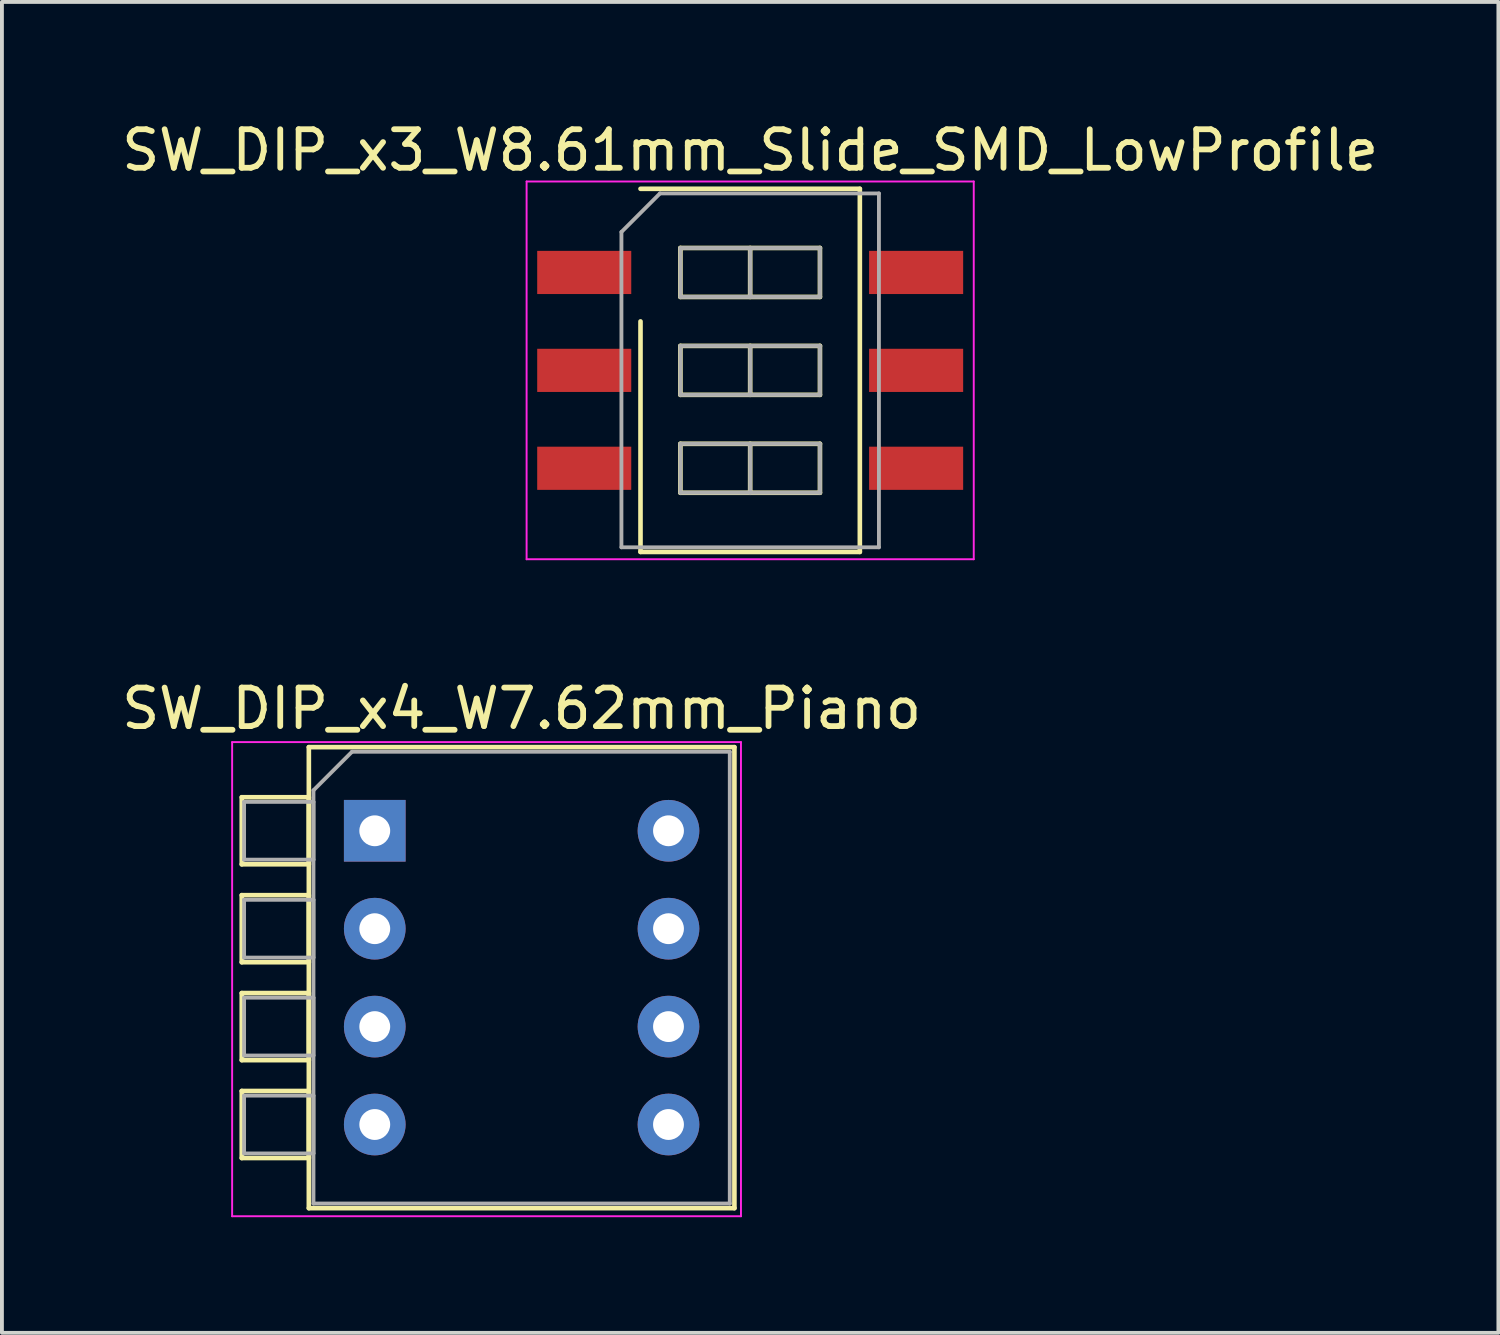
<source format=kicad_pcb>
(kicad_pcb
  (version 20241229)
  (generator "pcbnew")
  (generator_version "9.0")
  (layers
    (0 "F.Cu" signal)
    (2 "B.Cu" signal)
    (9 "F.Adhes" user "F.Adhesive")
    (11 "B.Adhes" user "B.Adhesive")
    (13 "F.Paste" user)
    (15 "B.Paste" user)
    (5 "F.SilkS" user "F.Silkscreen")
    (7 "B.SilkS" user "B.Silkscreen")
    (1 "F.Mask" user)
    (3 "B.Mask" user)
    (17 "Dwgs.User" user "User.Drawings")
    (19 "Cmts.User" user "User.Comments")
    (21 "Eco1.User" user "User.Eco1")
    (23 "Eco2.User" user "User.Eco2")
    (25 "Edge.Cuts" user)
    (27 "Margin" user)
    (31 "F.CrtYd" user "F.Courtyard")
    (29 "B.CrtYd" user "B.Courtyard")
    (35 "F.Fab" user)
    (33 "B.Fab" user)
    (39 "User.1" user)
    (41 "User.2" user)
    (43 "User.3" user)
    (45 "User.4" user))
  (footprint "SW_DIP_x3_W8.61mm_Slide_SMD_LowProfile"
    (layer "F.Cu")
    (at 16.411 6.558)
    (property "Reference" "SW_DIP_x3_W8.61mm_Slide_SMD_LowProfile" (at 0 -5.71 0) (layer "F.SilkS") (effects (font (size 1 1) (thickness 0.15))))
    (attr smd)
    (fp_line (start -2.845 -4.71) (end 2.845 -4.71) (stroke (width 0.12) (type solid)) (layer "F.SilkS"))
    (fp_line (start -2.845 4.71) (end -2.845 -1.27) (stroke (width 0.12) (type solid)) (layer "F.SilkS"))
    (fp_line (start -1.81 -3.175) (end -1.81 -1.905) (stroke (width 0.12) (type solid)) (layer "F.SilkS"))
    (fp_line (start -1.81 -1.905) (end 1.81 -1.905) (stroke (width 0.12) (type solid)) (layer "F.SilkS"))
    (fp_line (start -1.81 -0.635) (end -1.81 0.635) (stroke (width 0.12) (type solid)) (layer "F.SilkS"))
    (fp_line (start -1.81 0.635) (end 1.81 0.635) (stroke (width 0.12) (type solid)) (layer "F.SilkS"))
    (fp_line (start -1.81 1.905) (end -1.81 3.175) (stroke (width 0.12) (type solid)) (layer "F.SilkS"))
    (fp_line (start -1.81 3.175) (end 1.81 3.175) (stroke (width 0.12) (type solid)) (layer "F.SilkS"))
    (fp_line (start 0 -3.175) (end 0 -1.905) (stroke (width 0.12) (type solid)) (layer "F.SilkS"))
    (fp_line (start 0 -0.635) (end 0 0.635) (stroke (width 0.12) (type solid)) (layer "F.SilkS"))
    (fp_line (start 0 1.905) (end 0 3.175) (stroke (width 0.12) (type solid)) (layer "F.SilkS"))
    (fp_line (start 1.81 -3.175) (end -1.81 -3.175) (stroke (width 0.12) (type solid)) (layer "F.SilkS"))
    (fp_line (start 1.81 -1.905) (end 1.81 -3.175) (stroke (width 0.12) (type solid)) (layer "F.SilkS"))
    (fp_line (start 1.81 -0.635) (end -1.81 -0.635) (stroke (width 0.12) (type solid)) (layer "F.SilkS"))
    (fp_line (start 1.81 0.635) (end 1.81 -0.635) (stroke (width 0.12) (type solid)) (layer "F.SilkS"))
    (fp_line (start 1.81 1.905) (end -1.81 1.905) (stroke (width 0.12) (type solid)) (layer "F.SilkS"))
    (fp_line (start 1.81 3.175) (end 1.81 1.905) (stroke (width 0.12) (type solid)) (layer "F.SilkS"))
    (fp_line (start 2.845 -4.71) (end 2.845 4.71) (stroke (width 0.12) (type solid)) (layer "F.SilkS"))
    (fp_line (start 2.845 4.71) (end -2.845 4.71) (stroke (width 0.12) (type solid)) (layer "F.SilkS"))
    (fp_line (start -5.8 -4.9) (end -5.8 4.9) (stroke (width 0.05) (type solid)) (layer "F.CrtYd"))
    (fp_line (start -5.8 4.9) (end 5.8 4.9) (stroke (width 0.05) (type solid)) (layer "F.CrtYd"))
    (fp_line (start 5.8 -4.9) (end -5.8 -4.9) (stroke (width 0.05) (type solid)) (layer "F.CrtYd"))
    (fp_line (start 5.8 4.9) (end 5.8 -4.9) (stroke (width 0.05) (type solid)) (layer "F.CrtYd"))
    (fp_line (start -3.34 -3.59) (end -2.34 -4.59) (stroke (width 0.1) (type solid)) (layer "F.Fab"))
    (fp_line (start -3.34 4.59) (end -3.34 -3.59) (stroke (width 0.1) (type solid)) (layer "F.Fab"))
    (fp_line (start -2.34 -4.59) (end 3.34 -4.59) (stroke (width 0.1) (type solid)) (layer "F.Fab"))
    (fp_line (start -1.81 -3.175) (end -1.81 -1.905) (stroke (width 0.1) (type solid)) (layer "F.Fab"))
    (fp_line (start -1.81 -1.905) (end 1.81 -1.905) (stroke (width 0.1) (type solid)) (layer "F.Fab"))
    (fp_line (start -1.81 -0.635) (end -1.81 0.635) (stroke (width 0.1) (type solid)) (layer "F.Fab"))
    (fp_line (start -1.81 0.635) (end 1.81 0.635) (stroke (width 0.1) (type solid)) (layer "F.Fab"))
    (fp_line (start -1.81 1.905) (end -1.81 3.175) (stroke (width 0.1) (type solid)) (layer "F.Fab"))
    (fp_line (start -1.81 3.175) (end 1.81 3.175) (stroke (width 0.1) (type solid)) (layer "F.Fab"))
    (fp_line (start 0 -3.175) (end 0 -1.905) (stroke (width 0.1) (type solid)) (layer "F.Fab"))
    (fp_line (start 0 -0.635) (end 0 0.635) (stroke (width 0.1) (type solid)) (layer "F.Fab"))
    (fp_line (start 0 1.905) (end 0 3.175) (stroke (width 0.1) (type solid)) (layer "F.Fab"))
    (fp_line (start 1.81 -3.175) (end -1.81 -3.175) (stroke (width 0.1) (type solid)) (layer "F.Fab"))
    (fp_line (start 1.81 -1.905) (end 1.81 -3.175) (stroke (width 0.1) (type solid)) (layer "F.Fab"))
    (fp_line (start 1.81 -0.635) (end -1.81 -0.635) (stroke (width 0.1) (type solid)) (layer "F.Fab"))
    (fp_line (start 1.81 0.635) (end 1.81 -0.635) (stroke (width 0.1) (type solid)) (layer "F.Fab"))
    (fp_line (start 1.81 1.905) (end -1.81 1.905) (stroke (width 0.1) (type solid)) (layer "F.Fab"))
    (fp_line (start 1.81 3.175) (end 1.81 1.905) (stroke (width 0.1) (type solid)) (layer "F.Fab"))
    (fp_line (start 3.34 -4.59) (end 3.34 4.59) (stroke (width 0.1) (type solid)) (layer "F.Fab"))
    (fp_line (start 3.34 4.59) (end -3.34 4.59) (stroke (width 0.1) (type solid)) (layer "F.Fab"))
    (pad "1" smd rect (at -4.305 -2.54) (size 2.44 1.12) (layers "F.Cu" "F.Mask"))
    (pad "2" smd rect (at -4.305 0) (size 2.44 1.12) (layers "F.Cu" "F.Mask"))
    (pad "3" smd rect (at -4.305 2.54) (size 2.44 1.12) (layers "F.Cu" "F.Mask"))
    (pad "4" smd rect (at 4.305 2.54) (size 2.44 1.12) (layers "F.Cu" "F.Mask"))
    (pad "5" smd rect (at 4.305 0) (size 2.44 1.12) (layers "F.Cu" "F.Mask"))
    (pad "6" smd rect (at 4.305 -2.54) (size 2.44 1.12) (layers "F.Cu" "F.Mask")))
  (footprint "SW_DIP_x4_W7.62mm_Piano"
    (layer "F.Cu")
    (at 6.672 18.502)
    (property "Reference" "SW_DIP_x4_W7.62mm_Piano" (at 3.81 -3.17 0) (layer "F.SilkS") (effects (font (size 1 1) (thickness 0.15))))
    (attr through_hole)
    (fp_line (start -3.45 -0.87) (end -3.45 0.87) (stroke (width 0.12) (type solid)) (layer "F.SilkS"))
    (fp_line (start -3.45 0.87) (end -1.71 0.87) (stroke (width 0.12) (type solid)) (layer "F.SilkS"))
    (fp_line (start -3.45 1.67) (end -3.45 3.41) (stroke (width 0.12) (type solid)) (layer "F.SilkS"))
    (fp_line (start -3.45 3.41) (end -1.71 3.41) (stroke (width 0.12) (type solid)) (layer "F.SilkS"))
    (fp_line (start -3.45 4.21) (end -3.45 5.95) (stroke (width 0.12) (type solid)) (layer "F.SilkS"))
    (fp_line (start -3.45 5.95) (end -1.71 5.95) (stroke (width 0.12) (type solid)) (layer "F.SilkS"))
    (fp_line (start -3.45 6.75) (end -3.45 8.49) (stroke (width 0.12) (type solid)) (layer "F.SilkS"))
    (fp_line (start -3.45 8.49) (end -1.71 8.49) (stroke (width 0.12) (type solid)) (layer "F.SilkS"))
    (fp_line (start -1.71 -2.17) (end 9.33 -2.17) (stroke (width 0.12) (type solid)) (layer "F.SilkS"))
    (fp_line (start -1.71 -0.87) (end -3.45 -0.87) (stroke (width 0.12) (type solid)) (layer "F.SilkS"))
    (fp_line (start -1.71 0.87) (end -1.71 -0.87) (stroke (width 0.12) (type solid)) (layer "F.SilkS"))
    (fp_line (start -1.71 1.67) (end -3.45 1.67) (stroke (width 0.12) (type solid)) (layer "F.SilkS"))
    (fp_line (start -1.71 3.41) (end -1.71 1.67) (stroke (width 0.12) (type solid)) (layer "F.SilkS"))
    (fp_line (start -1.71 4.21) (end -3.45 4.21) (stroke (width 0.12) (type solid)) (layer "F.SilkS"))
    (fp_line (start -1.71 5.95) (end -1.71 4.21) (stroke (width 0.12) (type solid)) (layer "F.SilkS"))
    (fp_line (start -1.71 6.75) (end -3.45 6.75) (stroke (width 0.12) (type solid)) (layer "F.SilkS"))
    (fp_line (start -1.71 8.49) (end -1.71 6.75) (stroke (width 0.12) (type solid)) (layer "F.SilkS"))
    (fp_line (start -1.71 9.79) (end -1.71 -2.17) (stroke (width 0.12) (type solid)) (layer "F.SilkS"))
    (fp_line (start 9.33 -2.17) (end 9.33 9.79) (stroke (width 0.12) (type solid)) (layer "F.SilkS"))
    (fp_line (start 9.33 9.79) (end -1.71 9.79) (stroke (width 0.12) (type solid)) (layer "F.SilkS"))
    (fp_line (start -3.7 -2.3) (end -3.7 10) (stroke (width 0.05) (type solid)) (layer "F.CrtYd"))
    (fp_line (start -3.7 10) (end 9.5 10) (stroke (width 0.05) (type solid)) (layer "F.CrtYd"))
    (fp_line (start 9.5 -2.3) (end -3.7 -2.3) (stroke (width 0.05) (type solid)) (layer "F.CrtYd"))
    (fp_line (start 9.5 10) (end 9.5 -2.3) (stroke (width 0.05) (type solid)) (layer "F.CrtYd"))
    (fp_line (start -3.39 -0.75) (end -1.59 -0.75) (stroke (width 0.1) (type solid)) (layer "F.Fab"))
    (fp_line (start -3.39 0.75) (end -3.39 -0.75) (stroke (width 0.1) (type solid)) (layer "F.Fab"))
    (fp_line (start -3.39 1.79) (end -1.59 1.79) (stroke (width 0.1) (type solid)) (layer "F.Fab"))
    (fp_line (start -3.39 3.29) (end -3.39 1.79) (stroke (width 0.1) (type solid)) (layer "F.Fab"))
    (fp_line (start -3.39 4.33) (end -1.59 4.33) (stroke (width 0.1) (type solid)) (layer "F.Fab"))
    (fp_line (start -3.39 5.83) (end -3.39 4.33) (stroke (width 0.1) (type solid)) (layer "F.Fab"))
    (fp_line (start -3.39 6.87) (end -1.59 6.87) (stroke (width 0.1) (type solid)) (layer "F.Fab"))
    (fp_line (start -3.39 8.37) (end -3.39 6.87) (stroke (width 0.1) (type solid)) (layer "F.Fab"))
    (fp_line (start -1.59 -1.05) (end -0.59 -2.05) (stroke (width 0.1) (type solid)) (layer "F.Fab"))
    (fp_line (start -1.59 -0.75) (end -1.59 0.75) (stroke (width 0.1) (type solid)) (layer "F.Fab"))
    (fp_line (start -1.59 0.75) (end -3.39 0.75) (stroke (width 0.1) (type solid)) (layer "F.Fab"))
    (fp_line (start -1.59 1.79) (end -1.59 3.29) (stroke (width 0.1) (type solid)) (layer "F.Fab"))
    (fp_line (start -1.59 3.29) (end -3.39 3.29) (stroke (width 0.1) (type solid)) (layer "F.Fab"))
    (fp_line (start -1.59 4.33) (end -1.59 5.83) (stroke (width 0.1) (type solid)) (layer "F.Fab"))
    (fp_line (start -1.59 5.83) (end -3.39 5.83) (stroke (width 0.1) (type solid)) (layer "F.Fab"))
    (fp_line (start -1.59 6.87) (end -1.59 8.37) (stroke (width 0.1) (type solid)) (layer "F.Fab"))
    (fp_line (start -1.59 8.37) (end -3.39 8.37) (stroke (width 0.1) (type solid)) (layer "F.Fab"))
    (fp_line (start -1.59 9.67) (end -1.59 -1.05) (stroke (width 0.1) (type solid)) (layer "F.Fab"))
    (fp_line (start -0.59 -2.05) (end 9.21 -2.05) (stroke (width 0.1) (type solid)) (layer "F.Fab"))
    (fp_line (start 9.21 -2.05) (end 9.21 9.67) (stroke (width 0.1) (type solid)) (layer "F.Fab"))
    (fp_line (start 9.21 9.67) (end -1.59 9.67) (stroke (width 0.1) (type solid)) (layer "F.Fab"))
    (pad "1" thru_hole rect (at 0 0) (size 1.6 1.6) (drill 0.8) (layers "*.Cu" "*.Mask"))
    (pad "2" thru_hole oval (at 0 2.54) (size 1.6 1.6) (drill 0.8) (layers "*.Cu" "*.Mask"))
    (pad "3" thru_hole oval (at 0 5.08) (size 1.6 1.6) (drill 0.8) (layers "*.Cu" "*.Mask"))
    (pad "4" thru_hole oval (at 0 7.62) (size 1.6 1.6) (drill 0.8) (layers "*.Cu" "*.Mask"))
    (pad "5" thru_hole oval (at 7.62 7.62) (size 1.6 1.6) (drill 0.8) (layers "*.Cu" "*.Mask"))
    (pad "6" thru_hole oval (at 7.62 5.08) (size 1.6 1.6) (drill 0.8) (layers "*.Cu" "*.Mask"))
    (pad "7" thru_hole oval (at 7.62 2.54) (size 1.6 1.6) (drill 0.8) (layers "*.Cu" "*.Mask"))
    (pad "8" thru_hole oval (at 7.62 0) (size 1.6 1.6) (drill 0.8) (layers "*.Cu" "*.Mask")))
  (gr_rect
    (start -3 -3)
    (end 35.821 31.526)
    (stroke (width 0.1) (type default))
    (fill no)
    (layer "Edge.Cuts")))
</source>
